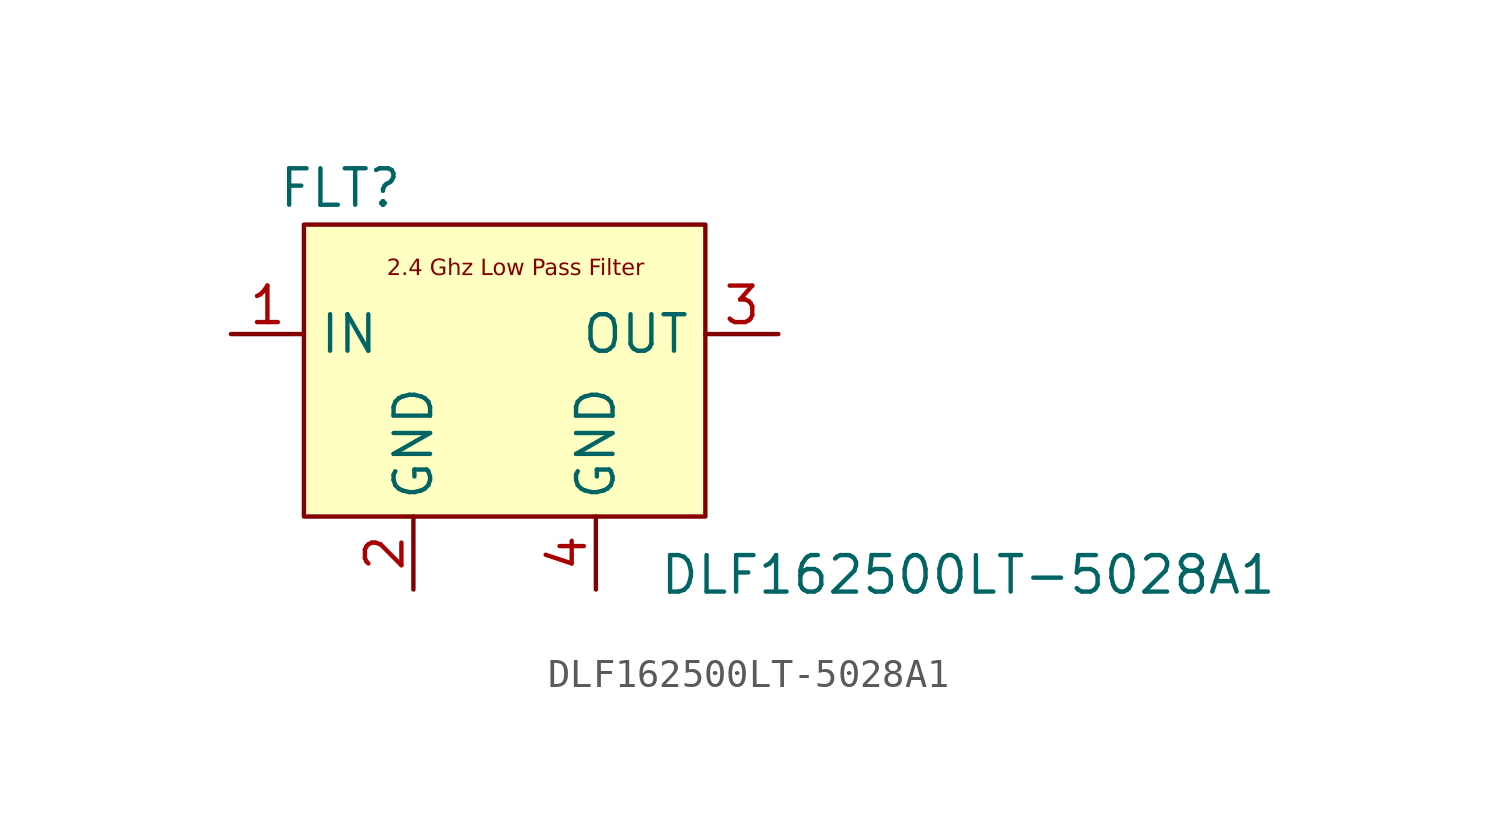
<source format=kicad_sym>
(kicad_symbol_lib
  (version 20231120)
  (generator "kicad_symbol_editor")
  (generator_version "8.0")
  (symbol "DLF162500LT-5028A1"
    (property "Reference" "FLT"
      (at -15.24 16.51 0)
      (effects (font (size 1.27 1.27))))
    (property "Value" "DLF162500LT-5028A1"
      (at 6.604 3.048 0)
      (effects (font (size 1.27 1.27))))
    (symbol "DLF162500LT-5028A1_0_1"
      (rectangle (start -16.51 15.24) (end -2.54 5.08) (stroke (width 0) (type default)) (fill (type background))))
    (symbol "DLF162500LT-5028A1_1_0"
      (pin passive line (at -19.05 11.43 0) (length 2.54) (name "IN" (effects (font (size 1.27 1.27)))) (number "1" (effects (font (size 1.27 1.27)))))
      (pin passive line (at -12.7 2.54 90) (length 2.54) (name "GND" (effects (font (size 1.27 1.27)))) (number "2" (effects (font (size 1.27 1.27)))))
      (pin passive line (at 0 11.43 180) (length 2.54) (name "OUT" (effects (font (size 1.27 1.27)))) (number "3" (effects (font (size 1.27 1.27)))))
      (pin passive line (at -6.35 2.54 90) (length 2.54) (name "GND" (effects (font (size 1.27 1.27)))) (number "4" (effects (font (size 1.27 1.27))))))
    (symbol "DLF162500LT-5028A1_1_1"
      (text "2.4 Ghz Low Pass Filter" (at -9.144 13.716 0) (effects (font (face "Arial") (size 0.559 0.559)))))))
</source>
